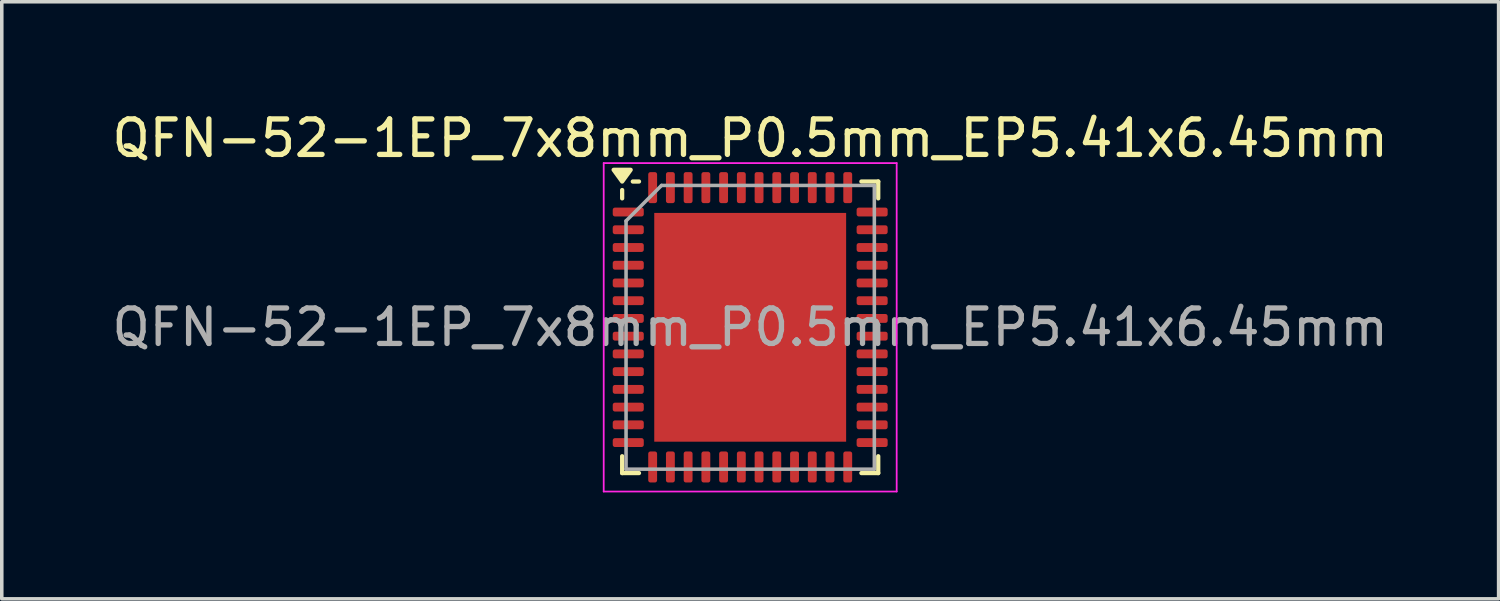
<source format=kicad_pcb>
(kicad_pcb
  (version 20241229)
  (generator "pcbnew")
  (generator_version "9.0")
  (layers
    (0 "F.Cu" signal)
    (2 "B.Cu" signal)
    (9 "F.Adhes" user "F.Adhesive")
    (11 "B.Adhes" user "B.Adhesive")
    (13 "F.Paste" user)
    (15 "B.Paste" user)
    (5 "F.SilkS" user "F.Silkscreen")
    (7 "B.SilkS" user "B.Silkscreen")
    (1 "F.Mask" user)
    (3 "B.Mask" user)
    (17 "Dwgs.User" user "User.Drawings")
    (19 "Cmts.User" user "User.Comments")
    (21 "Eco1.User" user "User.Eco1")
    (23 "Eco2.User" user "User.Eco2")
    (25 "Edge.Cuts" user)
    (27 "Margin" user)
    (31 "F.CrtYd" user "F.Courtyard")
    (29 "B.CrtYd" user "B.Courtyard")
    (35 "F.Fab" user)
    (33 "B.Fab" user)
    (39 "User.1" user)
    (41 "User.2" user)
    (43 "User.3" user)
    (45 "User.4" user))
  (footprint "QFN-52-1EP_7x8mm_P0.5mm_EP5.41x6.45mm"
    (layer "F.Cu")
    (at 18.101 6.178)
    (property "Reference" "QFN-52-1EP_7x8mm_P0.5mm_EP5.41x6.45mm" (at 0 -5.33 0) (layer "F.SilkS") (effects (font (size 1 1) (thickness 0.15))))
    (attr smd)
    (fp_line (start -3.61 -3.635) (end -3.61 -3.87) (stroke (width 0.12) (type solid)) (layer "F.SilkS"))
    (fp_line (start -3.61 4.11) (end -3.61 3.635) (stroke (width 0.12) (type solid)) (layer "F.SilkS"))
    (fp_line (start -3.135 -4.11) (end -3.31 -4.11) (stroke (width 0.12) (type solid)) (layer "F.SilkS"))
    (fp_line (start -3.135 4.11) (end -3.61 4.11) (stroke (width 0.12) (type solid)) (layer "F.SilkS"))
    (fp_line (start 3.135 -4.11) (end 3.61 -4.11) (stroke (width 0.12) (type solid)) (layer "F.SilkS"))
    (fp_line (start 3.135 4.11) (end 3.61 4.11) (stroke (width 0.12) (type solid)) (layer "F.SilkS"))
    (fp_line (start 3.61 -4.11) (end 3.61 -3.635) (stroke (width 0.12) (type solid)) (layer "F.SilkS"))
    (fp_line (start 3.61 4.11) (end 3.61 3.635) (stroke (width 0.12) (type solid)) (layer "F.SilkS"))
    (fp_poly (pts (xy -3.61 -4.11) (xy -3.85 -4.44) (xy -3.37 -4.44) (xy -3.61 -4.11)) (stroke (width 0.12) (type solid)) (fill yes) (layer "F.SilkS"))
    (fp_line (start -4.13 -4.63) (end -4.13 4.63) (stroke (width 0.05) (type solid)) (layer "F.CrtYd"))
    (fp_line (start -4.13 4.63) (end 4.13 4.63) (stroke (width 0.05) (type solid)) (layer "F.CrtYd"))
    (fp_line (start 4.13 -4.63) (end -4.13 -4.63) (stroke (width 0.05) (type solid)) (layer "F.CrtYd"))
    (fp_line (start 4.13 4.63) (end 4.13 -4.63) (stroke (width 0.05) (type solid)) (layer "F.CrtYd"))
    (fp_line (start -3.5 -3) (end -2.5 -4) (stroke (width 0.1) (type solid)) (layer "F.Fab"))
    (fp_line (start -3.5 4) (end -3.5 -3) (stroke (width 0.1) (type solid)) (layer "F.Fab"))
    (fp_line (start -2.5 -4) (end 3.5 -4) (stroke (width 0.1) (type solid)) (layer "F.Fab"))
    (fp_line (start 3.5 -4) (end 3.5 4) (stroke (width 0.1) (type solid)) (layer "F.Fab"))
    (fp_line (start 3.5 4) (end -3.5 4) (stroke (width 0.1) (type solid)) (layer "F.Fab"))
    (fp_text user "${REFERENCE}" (at 0 0 0) (layer "F.Fab") (effects (font (size 1 1) (thickness 0.15))))
    (pad "" smd roundrect (at -2.025 -2.58) (size 1.09 1.04) (layers "F.Paste") (roundrect_rratio 0.24))
    (pad "" smd roundrect (at -2.025 -1.29) (size 1.09 1.04) (layers "F.Paste") (roundrect_rratio 0.24))
    (pad "" smd roundrect (at -2.025 0) (size 1.09 1.04) (layers "F.Paste") (roundrect_rratio 0.24))
    (pad "" smd roundrect (at -2.025 1.29) (size 1.09 1.04) (layers "F.Paste") (roundrect_rratio 0.24))
    (pad "" smd roundrect (at -2.025 2.58) (size 1.09 1.04) (layers "F.Paste") (roundrect_rratio 0.24))
    (pad "" smd roundrect (at -0.675 -2.58) (size 1.09 1.04) (layers "F.Paste") (roundrect_rratio 0.24))
    (pad "" smd roundrect (at -0.675 -1.29) (size 1.09 1.04) (layers "F.Paste") (roundrect_rratio 0.24))
    (pad "" smd roundrect (at -0.675 0) (size 1.09 1.04) (layers "F.Paste") (roundrect_rratio 0.24))
    (pad "" smd roundrect (at -0.675 1.29) (size 1.09 1.04) (layers "F.Paste") (roundrect_rratio 0.24))
    (pad "" smd roundrect (at -0.675 2.58) (size 1.09 1.04) (layers "F.Paste") (roundrect_rratio 0.24))
    (pad "" smd roundrect (at 0.675 -2.58) (size 1.09 1.04) (layers "F.Paste") (roundrect_rratio 0.24))
    (pad "" smd roundrect (at 0.675 -1.29) (size 1.09 1.04) (layers "F.Paste") (roundrect_rratio 0.24))
    (pad "" smd roundrect (at 0.675 0) (size 1.09 1.04) (layers "F.Paste") (roundrect_rratio 0.24))
    (pad "" smd roundrect (at 0.675 1.29) (size 1.09 1.04) (layers "F.Paste") (roundrect_rratio 0.24))
    (pad "" smd roundrect (at 0.675 2.58) (size 1.09 1.04) (layers "F.Paste") (roundrect_rratio 0.24))
    (pad "" smd roundrect (at 2.025 -2.58) (size 1.09 1.04) (layers "F.Paste") (roundrect_rratio 0.24))
    (pad "" smd roundrect (at 2.025 -1.29) (size 1.09 1.04) (layers "F.Paste") (roundrect_rratio 0.24))
    (pad "" smd roundrect (at 2.025 0) (size 1.09 1.04) (layers "F.Paste") (roundrect_rratio 0.24))
    (pad "" smd roundrect (at 2.025 1.29) (size 1.09 1.04) (layers "F.Paste") (roundrect_rratio 0.24))
    (pad "" smd roundrect (at 2.025 2.58) (size 1.09 1.04) (layers "F.Paste") (roundrect_rratio 0.24))
    (pad "1" smd roundrect (at -3.438 -3.25) (size 0.875 0.25) (layers "F.Cu" "F.Mask" "F.Paste") (roundrect_rratio 0.25))
    (pad "2" smd roundrect (at -3.438 -2.75) (size 0.875 0.25) (layers "F.Cu" "F.Mask" "F.Paste") (roundrect_rratio 0.25))
    (pad "3" smd roundrect (at -3.438 -2.25) (size 0.875 0.25) (layers "F.Cu" "F.Mask" "F.Paste") (roundrect_rratio 0.25))
    (pad "4" smd roundrect (at -3.438 -1.75) (size 0.875 0.25) (layers "F.Cu" "F.Mask" "F.Paste") (roundrect_rratio 0.25))
    (pad "5" smd roundrect (at -3.438 -1.25) (size 0.875 0.25) (layers "F.Cu" "F.Mask" "F.Paste") (roundrect_rratio 0.25))
    (pad "6" smd roundrect (at -3.438 -0.75) (size 0.875 0.25) (layers "F.Cu" "F.Mask" "F.Paste") (roundrect_rratio 0.25))
    (pad "7" smd roundrect (at -3.438 -0.25) (size 0.875 0.25) (layers "F.Cu" "F.Mask" "F.Paste") (roundrect_rratio 0.25))
    (pad "8" smd roundrect (at -3.438 0.25) (size 0.875 0.25) (layers "F.Cu" "F.Mask" "F.Paste") (roundrect_rratio 0.25))
    (pad "9" smd roundrect (at -3.438 0.75) (size 0.875 0.25) (layers "F.Cu" "F.Mask" "F.Paste") (roundrect_rratio 0.25))
    (pad "10" smd roundrect (at -3.438 1.25) (size 0.875 0.25) (layers "F.Cu" "F.Mask" "F.Paste") (roundrect_rratio 0.25))
    (pad "11" smd roundrect (at -3.438 1.75) (size 0.875 0.25) (layers "F.Cu" "F.Mask" "F.Paste") (roundrect_rratio 0.25))
    (pad "12" smd roundrect (at -3.438 2.25) (size 0.875 0.25) (layers "F.Cu" "F.Mask" "F.Paste") (roundrect_rratio 0.25))
    (pad "13" smd roundrect (at -3.438 2.75) (size 0.875 0.25) (layers "F.Cu" "F.Mask" "F.Paste") (roundrect_rratio 0.25))
    (pad "14" smd roundrect (at -3.438 3.25) (size 0.875 0.25) (layers "F.Cu" "F.Mask" "F.Paste") (roundrect_rratio 0.25))
    (pad "15" smd roundrect (at -2.75 3.938) (size 0.25 0.875) (layers "F.Cu" "F.Mask" "F.Paste") (roundrect_rratio 0.25))
    (pad "16" smd roundrect (at -2.25 3.938) (size 0.25 0.875) (layers "F.Cu" "F.Mask" "F.Paste") (roundrect_rratio 0.25))
    (pad "17" smd roundrect (at -1.75 3.938) (size 0.25 0.875) (layers "F.Cu" "F.Mask" "F.Paste") (roundrect_rratio 0.25))
    (pad "18" smd roundrect (at -1.25 3.938) (size 0.25 0.875) (layers "F.Cu" "F.Mask" "F.Paste") (roundrect_rratio 0.25))
    (pad "19" smd roundrect (at -0.75 3.938) (size 0.25 0.875) (layers "F.Cu" "F.Mask" "F.Paste") (roundrect_rratio 0.25))
    (pad "20" smd roundrect (at -0.25 3.938) (size 0.25 0.875) (layers "F.Cu" "F.Mask" "F.Paste") (roundrect_rratio 0.25))
    (pad "21" smd roundrect (at 0.25 3.938) (size 0.25 0.875) (layers "F.Cu" "F.Mask" "F.Paste") (roundrect_rratio 0.25))
    (pad "22" smd roundrect (at 0.75 3.938) (size 0.25 0.875) (layers "F.Cu" "F.Mask" "F.Paste") (roundrect_rratio 0.25))
    (pad "23" smd roundrect (at 1.25 3.938) (size 0.25 0.875) (layers "F.Cu" "F.Mask" "F.Paste") (roundrect_rratio 0.25))
    (pad "24" smd roundrect (at 1.75 3.938) (size 0.25 0.875) (layers "F.Cu" "F.Mask" "F.Paste") (roundrect_rratio 0.25))
    (pad "25" smd roundrect (at 2.25 3.938) (size 0.25 0.875) (layers "F.Cu" "F.Mask" "F.Paste") (roundrect_rratio 0.25))
    (pad "26" smd roundrect (at 2.75 3.938) (size 0.25 0.875) (layers "F.Cu" "F.Mask" "F.Paste") (roundrect_rratio 0.25))
    (pad "27" smd roundrect (at 3.438 3.25) (size 0.875 0.25) (layers "F.Cu" "F.Mask" "F.Paste") (roundrect_rratio 0.25))
    (pad "28" smd roundrect (at 3.438 2.75) (size 0.875 0.25) (layers "F.Cu" "F.Mask" "F.Paste") (roundrect_rratio 0.25))
    (pad "29" smd roundrect (at 3.438 2.25) (size 0.875 0.25) (layers "F.Cu" "F.Mask" "F.Paste") (roundrect_rratio 0.25))
    (pad "30" smd roundrect (at 3.438 1.75) (size 0.875 0.25) (layers "F.Cu" "F.Mask" "F.Paste") (roundrect_rratio 0.25))
    (pad "31" smd roundrect (at 3.438 1.25) (size 0.875 0.25) (layers "F.Cu" "F.Mask" "F.Paste") (roundrect_rratio 0.25))
    (pad "32" smd roundrect (at 3.438 0.75) (size 0.875 0.25) (layers "F.Cu" "F.Mask" "F.Paste") (roundrect_rratio 0.25))
    (pad "33" smd roundrect (at 3.438 0.25) (size 0.875 0.25) (layers "F.Cu" "F.Mask" "F.Paste") (roundrect_rratio 0.25))
    (pad "34" smd roundrect (at 3.438 -0.25) (size 0.875 0.25) (layers "F.Cu" "F.Mask" "F.Paste") (roundrect_rratio 0.25))
    (pad "35" smd roundrect (at 3.438 -0.75) (size 0.875 0.25) (layers "F.Cu" "F.Mask" "F.Paste") (roundrect_rratio 0.25))
    (pad "36" smd roundrect (at 3.438 -1.25) (size 0.875 0.25) (layers "F.Cu" "F.Mask" "F.Paste") (roundrect_rratio 0.25))
    (pad "37" smd roundrect (at 3.438 -1.75) (size 0.875 0.25) (layers "F.Cu" "F.Mask" "F.Paste") (roundrect_rratio 0.25))
    (pad "38" smd roundrect (at 3.438 -2.25) (size 0.875 0.25) (layers "F.Cu" "F.Mask" "F.Paste") (roundrect_rratio 0.25))
    (pad "39" smd roundrect (at 3.438 -2.75) (size 0.875 0.25) (layers "F.Cu" "F.Mask" "F.Paste") (roundrect_rratio 0.25))
    (pad "40" smd roundrect (at 3.438 -3.25) (size 0.875 0.25) (layers "F.Cu" "F.Mask" "F.Paste") (roundrect_rratio 0.25))
    (pad "41" smd roundrect (at 2.75 -3.938) (size 0.25 0.875) (layers "F.Cu" "F.Mask" "F.Paste") (roundrect_rratio 0.25))
    (pad "42" smd roundrect (at 2.25 -3.938) (size 0.25 0.875) (layers "F.Cu" "F.Mask" "F.Paste") (roundrect_rratio 0.25))
    (pad "43" smd roundrect (at 1.75 -3.938) (size 0.25 0.875) (layers "F.Cu" "F.Mask" "F.Paste") (roundrect_rratio 0.25))
    (pad "44" smd roundrect (at 1.25 -3.938) (size 0.25 0.875) (layers "F.Cu" "F.Mask" "F.Paste") (roundrect_rratio 0.25))
    (pad "45" smd roundrect (at 0.75 -3.938) (size 0.25 0.875) (layers "F.Cu" "F.Mask" "F.Paste") (roundrect_rratio 0.25))
    (pad "46" smd roundrect (at 0.25 -3.938) (size 0.25 0.875) (layers "F.Cu" "F.Mask" "F.Paste") (roundrect_rratio 0.25))
    (pad "47" smd roundrect (at -0.25 -3.938) (size 0.25 0.875) (layers "F.Cu" "F.Mask" "F.Paste") (roundrect_rratio 0.25))
    (pad "48" smd roundrect (at -0.75 -3.938) (size 0.25 0.875) (layers "F.Cu" "F.Mask" "F.Paste") (roundrect_rratio 0.25))
    (pad "49" smd roundrect (at -1.25 -3.938) (size 0.25 0.875) (layers "F.Cu" "F.Mask" "F.Paste") (roundrect_rratio 0.25))
    (pad "50" smd roundrect (at -1.75 -3.938) (size 0.25 0.875) (layers "F.Cu" "F.Mask" "F.Paste") (roundrect_rratio 0.25))
    (pad "51" smd roundrect (at -2.25 -3.938) (size 0.25 0.875) (layers "F.Cu" "F.Mask" "F.Paste") (roundrect_rratio 0.25))
    (pad "52" smd roundrect (at -2.75 -3.938) (size 0.25 0.875) (layers "F.Cu" "F.Mask" "F.Paste") (roundrect_rratio 0.25))
    (pad "53" smd rect (at 0 0) (size 5.41 6.45) (property pad_prop_heatsink) (layers "F.Cu" "F.Mask")))
  (gr_rect
    (start -3 -3)
    (end 39.202 13.833)
    (stroke (width 0.1) (type default))
    (fill no)
    (layer "Edge.Cuts")))
</source>
